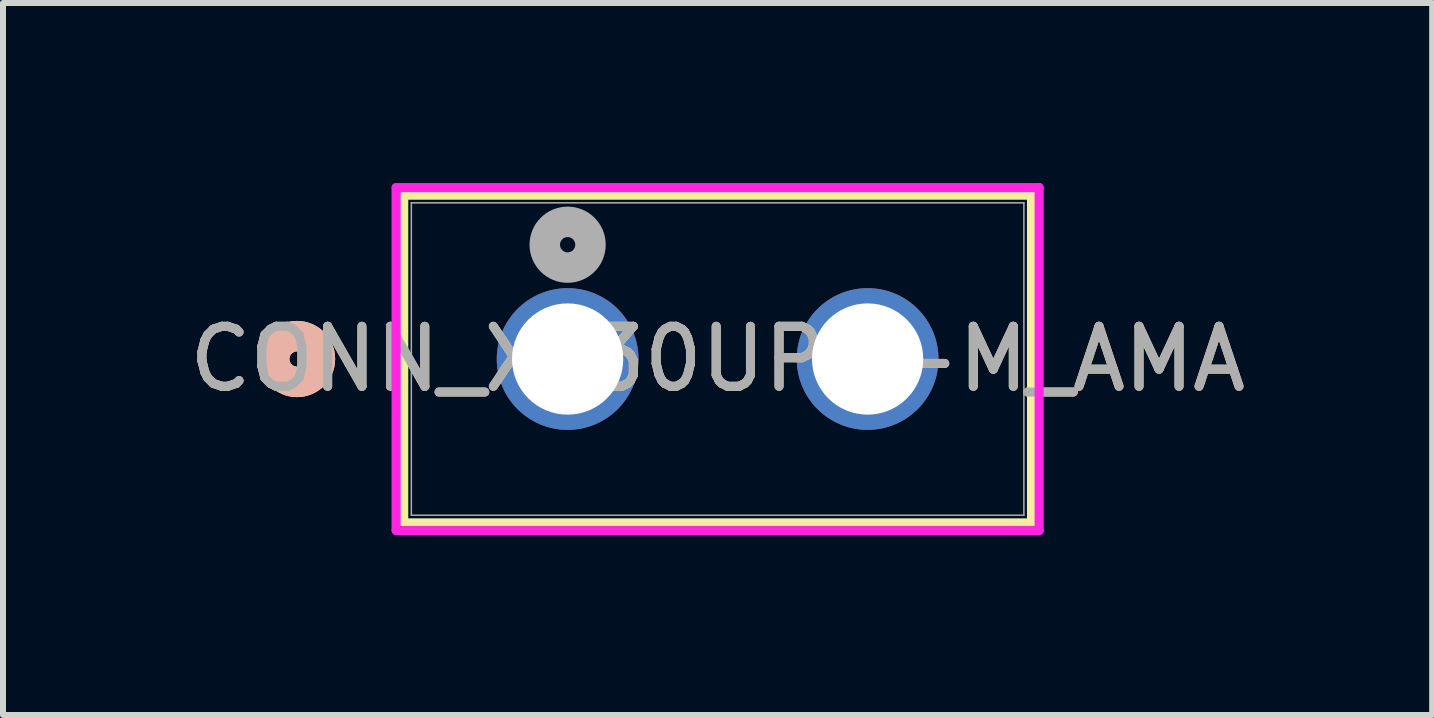
<source format=kicad_pcb>
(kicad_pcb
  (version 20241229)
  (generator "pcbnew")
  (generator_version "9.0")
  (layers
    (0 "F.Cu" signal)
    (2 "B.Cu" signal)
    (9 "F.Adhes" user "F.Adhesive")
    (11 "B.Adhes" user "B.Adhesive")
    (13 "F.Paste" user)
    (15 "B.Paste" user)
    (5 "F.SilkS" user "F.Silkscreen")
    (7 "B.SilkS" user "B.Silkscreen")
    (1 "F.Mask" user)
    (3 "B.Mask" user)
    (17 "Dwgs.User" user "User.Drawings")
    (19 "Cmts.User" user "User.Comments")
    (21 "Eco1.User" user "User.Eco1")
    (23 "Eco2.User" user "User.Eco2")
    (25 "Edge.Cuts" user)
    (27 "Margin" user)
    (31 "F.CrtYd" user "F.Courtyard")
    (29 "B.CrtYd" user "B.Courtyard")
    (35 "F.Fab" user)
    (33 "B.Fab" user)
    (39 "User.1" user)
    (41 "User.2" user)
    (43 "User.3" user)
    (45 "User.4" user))
  (footprint "CONN_XT30UPB-M_AMA"
    (layer "F.Cu")
    (at 6.411 2.934)
    (property "Reference" "CONN_XT30UPB-M_AMA" (at 2.5 0 0) (unlocked yes) (layer "F.SilkS") (effects (font (size 1 1) (thickness 0.15))))
    (attr through_hole)
    (fp_line (start -2.732 -2.731) (end -2.732 2.731) (stroke (width 0.152) (type solid)) (layer "F.SilkS"))
    (fp_line (start -2.732 2.731) (end 7.732 2.731) (stroke (width 0.152) (type solid)) (layer "F.SilkS"))
    (fp_line (start 7.732 -2.731) (end -2.732 -2.731) (stroke (width 0.152) (type solid)) (layer "F.SilkS"))
    (fp_line (start 7.732 2.731) (end 7.732 -2.731) (stroke (width 0.152) (type solid)) (layer "F.SilkS"))
    (fp_circle (center -4.51 0) (end -4.129 0) (stroke (width 0.508) (type solid)) (fill no) (layer "F.SilkS"))
    (fp_circle (center -4.51 0) (end -4.129 0) (stroke (width 0.508) (type solid)) (fill no) (layer "B.SilkS"))
    (fp_line (start -2.859 -2.857) (end -2.859 2.857) (stroke (width 0.152) (type solid)) (layer "F.CrtYd"))
    (fp_line (start -2.859 2.857) (end 7.859 2.857) (stroke (width 0.152) (type solid)) (layer "F.CrtYd"))
    (fp_line (start 7.859 -2.857) (end -2.859 -2.857) (stroke (width 0.152) (type solid)) (layer "F.CrtYd"))
    (fp_line (start 7.859 2.857) (end 7.859 -2.857) (stroke (width 0.152) (type solid)) (layer "F.CrtYd"))
    (fp_line (start -2.605 -2.603) (end -2.605 2.603) (stroke (width 0.025) (type solid)) (layer "F.Fab"))
    (fp_line (start -2.605 2.603) (end 7.605 2.603) (stroke (width 0.025) (type solid)) (layer "F.Fab"))
    (fp_line (start 7.605 -2.603) (end -2.605 -2.603) (stroke (width 0.025) (type solid)) (layer "F.Fab"))
    (fp_line (start 7.605 2.603) (end 7.605 -2.603) (stroke (width 0.025) (type solid)) (layer "F.Fab"))
    (fp_circle (center 0 -1.905) (end 0.381 -1.905) (stroke (width 0.508) (type solid)) (fill no) (layer "F.Fab"))
    (fp_text user "${REFERENCE}" (at 2.5 0 0) (unlocked yes) (layer "F.Fab") (effects (font (size 1 1) (thickness 0.15))))
    (pad "1" thru_hole circle (at 0 0) (size 2.362 2.362) (drill 1.854) (layers "*.Cu" "*.Mask"))
    (pad "2" thru_hole circle (at 5 0) (size 2.362 2.362) (drill 1.854) (layers "*.Cu" "*.Mask")))
  (gr_rect
    (start -3 -3)
    (end 20.821 8.867)
    (stroke (width 0.1) (type default))
    (fill no)
    (layer "Edge.Cuts")))
</source>
